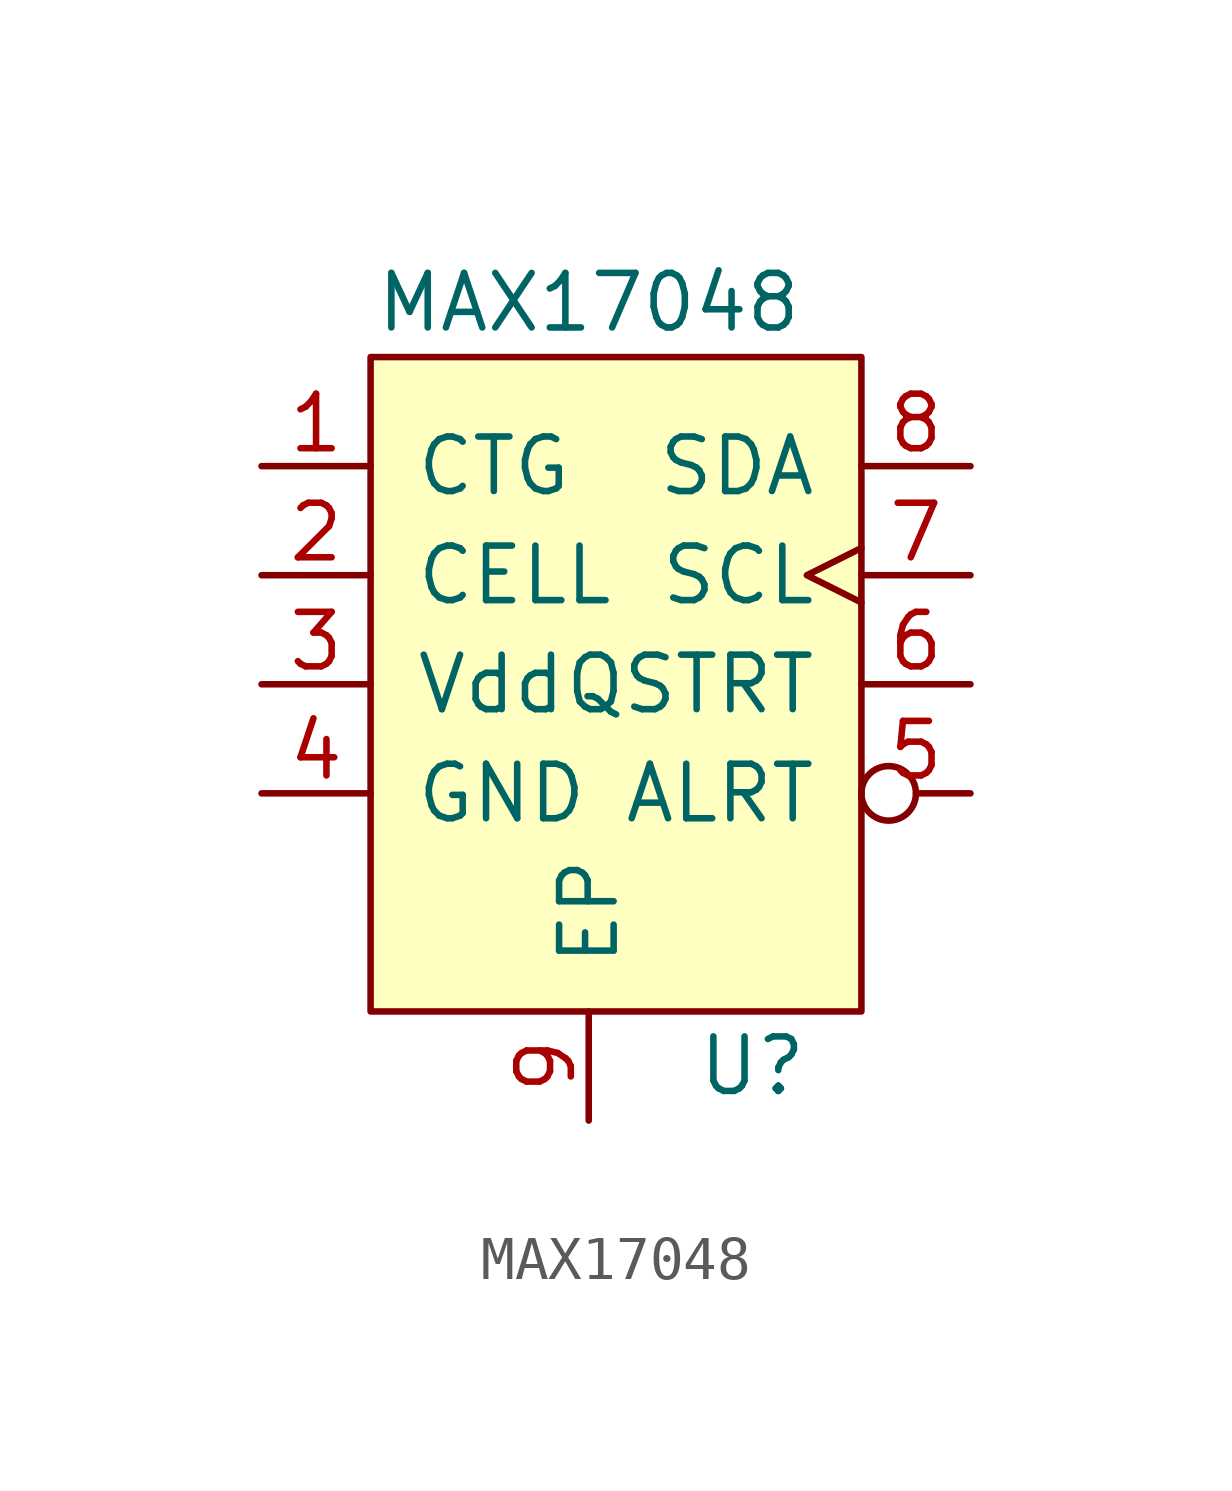
<source format=kicad_sym>
(kicad_symbol_lib
  (version 20211014)
  (generator kicad_symbol_editor)
  (symbol "MAX17048"
    (pin_names
      (offset 1.016))
    (property "Reference" "U"
      (at 3.81 -10.16 0)
      (effects (font (size 1.27 1.27))))
    (property "Value" "MAX17048"
      (at 0 7.62 0)
      (effects (font (size 1.27 1.27))))
    (symbol "MAX17048_0_1"
      (rectangle (start -5.08 6.35) (end 6.35 -8.89) (stroke (width 0) (type default) (color 0 0 0 0)) (fill (type background))))
    (symbol "MAX17048_1_1"
      (pin input line (at -7.62 3.81 0) (length 2.54) (name "CTG" (effects (font (size 1.27 1.27)))) (number "1" (effects (font (size 1.27 1.27)))))
      (pin input line (at -7.62 1.27 0) (length 2.54) (name "CELL" (effects (font (size 1.27 1.27)))) (number "2" (effects (font (size 1.27 1.27)))))
      (pin power_in line (at -7.62 -1.27 0) (length 2.54) (name "Vdd" (effects (font (size 1.27 1.27)))) (number "3" (effects (font (size 1.27 1.27)))))
      (pin power_in line (at -7.62 -3.81 0) (length 2.54) (name "GND" (effects (font (size 1.27 1.27)))) (number "4" (effects (font (size 1.27 1.27)))))
      (pin output inverted (at 8.89 -3.81 180) (length 2.54) (name "ALRT" (effects (font (size 1.27 1.27)))) (number "5" (effects (font (size 1.27 1.27)))))
      (pin input line (at 8.89 -1.27 180) (length 2.54) (name "QSTRT" (effects (font (size 1.27 1.27)))) (number "6" (effects (font (size 1.27 1.27)))))
      (pin input clock (at 8.89 1.27 180) (length 2.54) (name "SCL" (effects (font (size 1.27 1.27)))) (number "7" (effects (font (size 1.27 1.27)))))
      (pin bidirectional line (at 8.89 3.81 180) (length 2.54) (name "SDA" (effects (font (size 1.27 1.27)))) (number "8" (effects (font (size 1.27 1.27)))))
      (pin power_in line (at 0 -11.43 90) (length 2.54) (name "EP" (effects (font (size 1.27 1.27)))) (number "9" (effects (font (size 1.27 1.27))))))))
</source>
